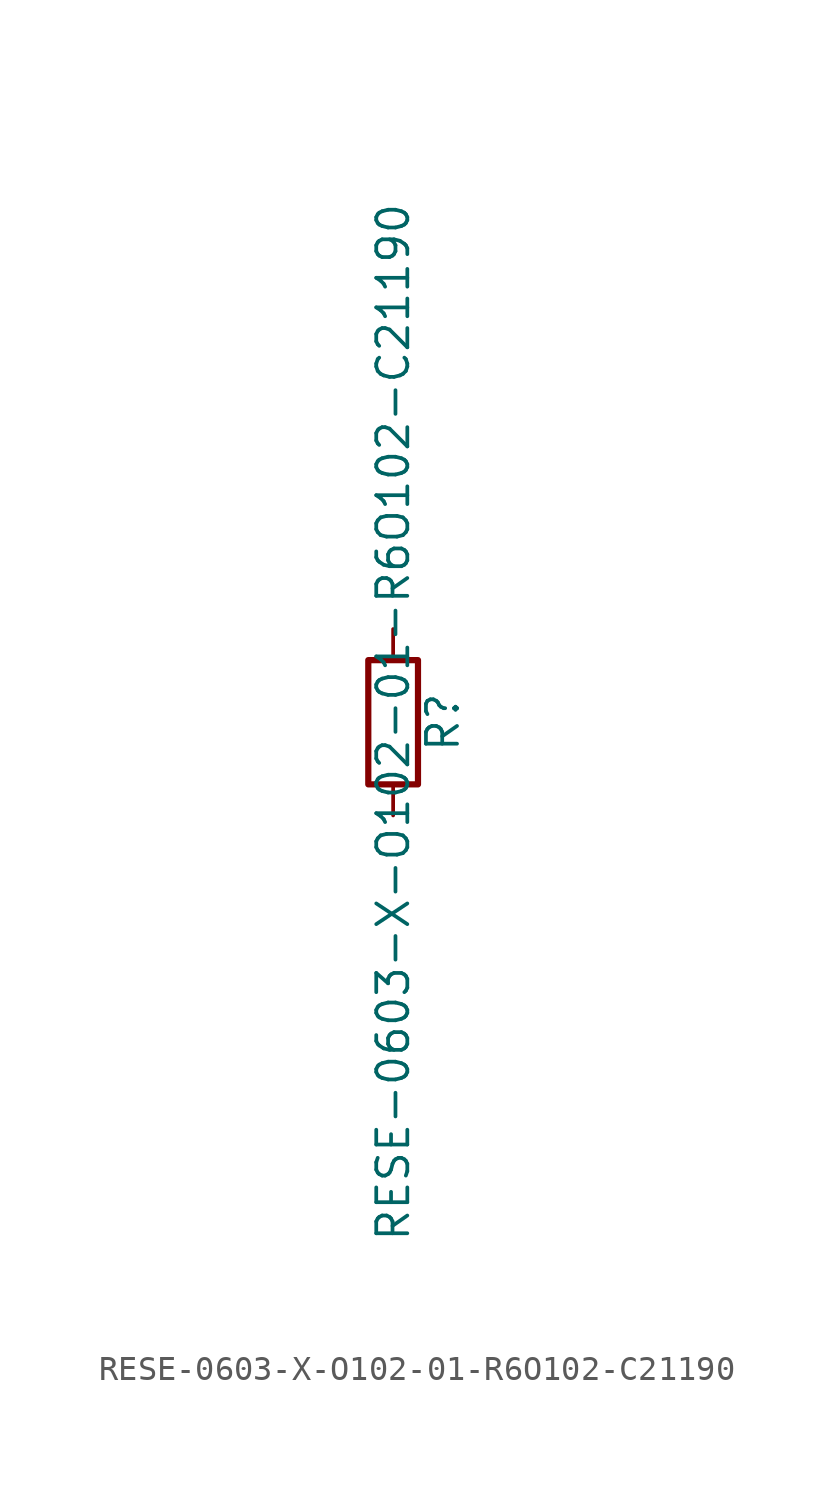
<source format=kicad_sym>
(kicad_symbol_lib
  (version 20211014)
  (generator kicad_symbol_editor)
  (symbol "RESE-0603-X-O102-01-R6O102-C21190"
    (pin_numbers hide)
    (pin_names
      (offset 0))
    (property "Reference" "R"
      (at 2.032 0 90)
      (effects (font (size 1.27 1.27))))
    (property "Value" "RESE-0603-X-O102-01-R6O102-C21190"
      (at 0 0 90)
      (effects (font (size 1.27 1.27))))
    (symbol "RESE-0603-X-O102-01-R6O102-C21190_0_1"
      (rectangle (start -1.016 -2.54) (end 1.016 2.54) (stroke (width 0.254) (type default) (color 0 0 0 0)) (fill (type none))))
    (symbol "RESE-0603-X-O102-01-R6O102-C21190_1_1"
      (pin passive line (at 0 3.81 270) (length 1.27) (name "~" (effects (font (size 1.27 1.27)))) (number "1" (effects (font (size 1.27 1.27)))))
      (pin passive line (at 0 -3.81 90) (length 1.27) (name "~" (effects (font (size 1.27 1.27)))) (number "2" (effects (font (size 1.27 1.27))))))))
</source>
